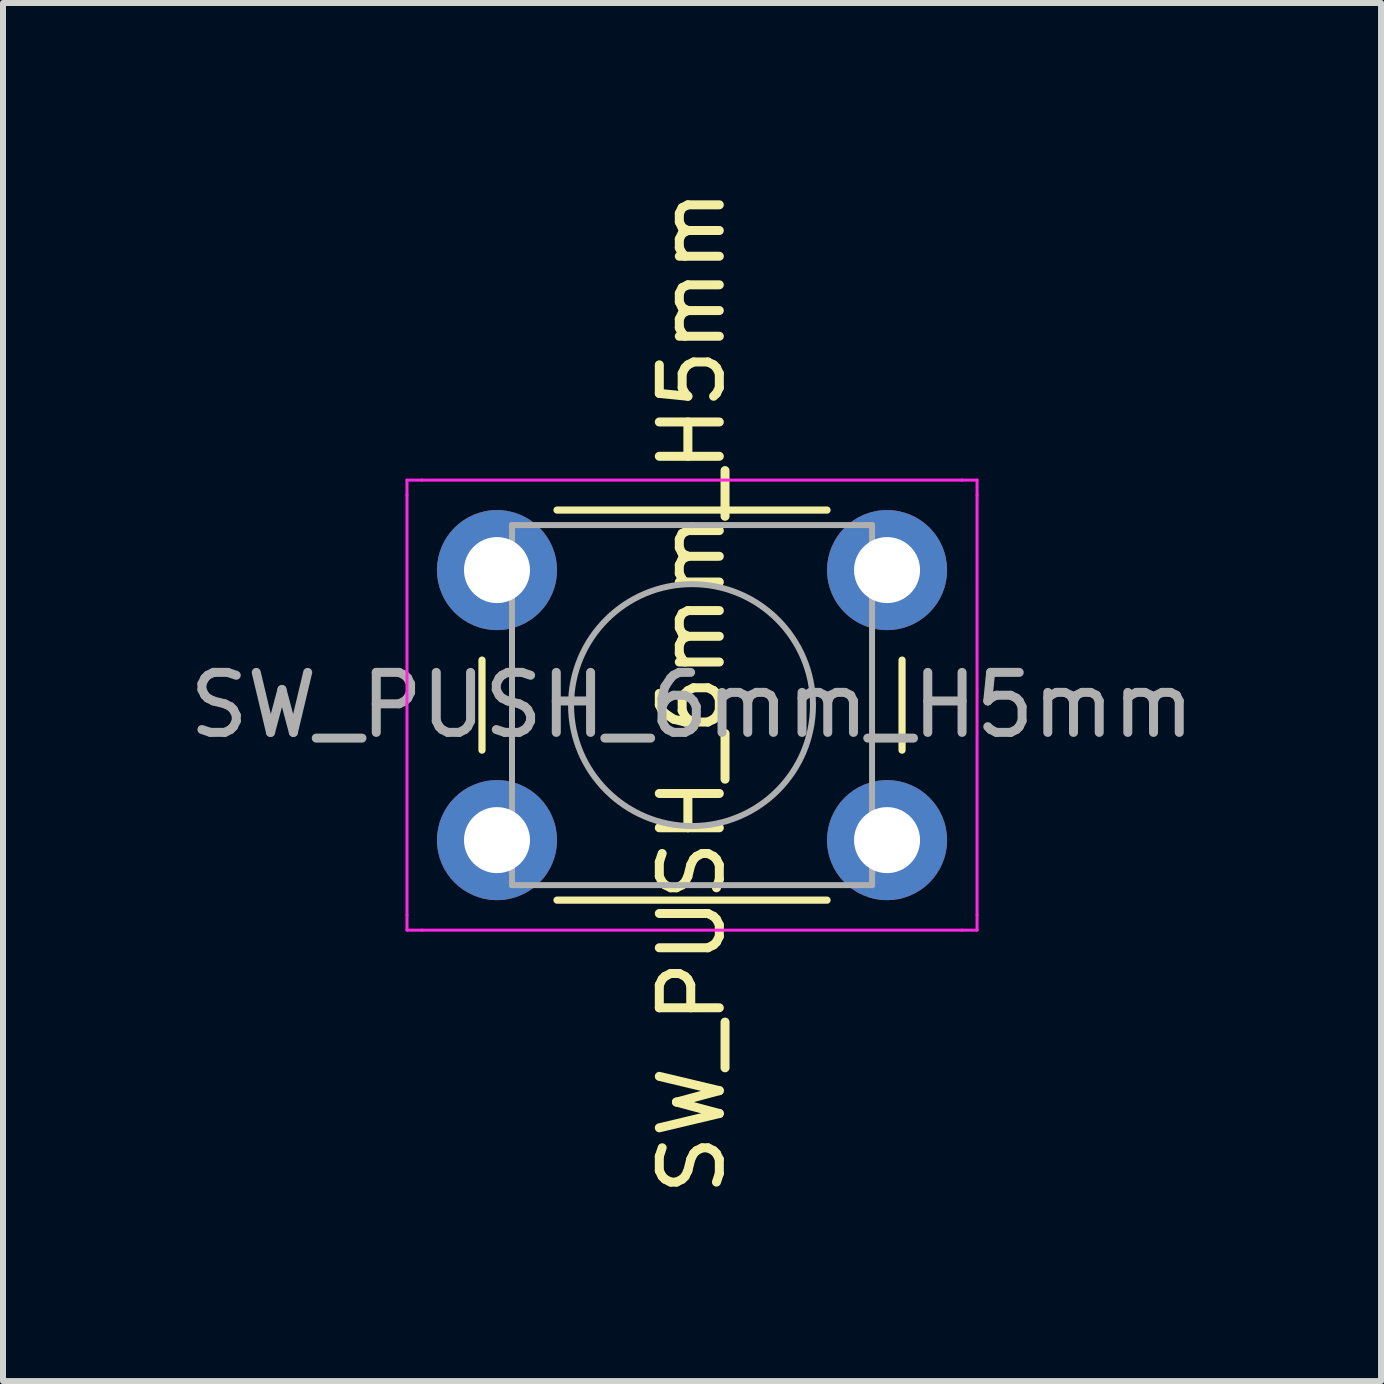
<source format=kicad_pcb>
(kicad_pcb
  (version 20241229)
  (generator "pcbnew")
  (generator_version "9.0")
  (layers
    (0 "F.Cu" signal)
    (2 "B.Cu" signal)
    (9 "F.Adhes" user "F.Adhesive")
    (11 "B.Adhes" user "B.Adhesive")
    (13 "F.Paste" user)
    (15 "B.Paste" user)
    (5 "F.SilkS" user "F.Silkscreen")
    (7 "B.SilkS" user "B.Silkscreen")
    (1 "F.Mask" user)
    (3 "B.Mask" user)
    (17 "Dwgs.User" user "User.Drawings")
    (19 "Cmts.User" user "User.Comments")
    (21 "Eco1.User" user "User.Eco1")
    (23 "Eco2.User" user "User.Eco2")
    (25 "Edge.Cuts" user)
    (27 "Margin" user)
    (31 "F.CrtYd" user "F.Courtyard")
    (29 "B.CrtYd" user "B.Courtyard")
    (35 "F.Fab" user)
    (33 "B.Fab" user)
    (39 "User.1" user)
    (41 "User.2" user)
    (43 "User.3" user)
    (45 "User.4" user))
  (footprint "SW_PUSH_6mm_H5mm"
    (layer "F.Cu")
    (at 5.232 6.45)
    (property "Reference" "SW_PUSH_6mm_H5mm" (at 3.25 2.032 90) (layer "F.SilkS") (effects (font (size 1 1) (thickness 0.15))))
    (attr through_hole)
    (fp_line (start -0.25 1.5) (end -0.25 3) (stroke (width 0.12) (type solid)) (layer "F.SilkS"))
    (fp_line (start 1 5.5) (end 5.5 5.5) (stroke (width 0.12) (type solid)) (layer "F.SilkS"))
    (fp_line (start 5.5 -1) (end 1 -1) (stroke (width 0.12) (type solid)) (layer "F.SilkS"))
    (fp_line (start 6.75 3) (end 6.75 1.5) (stroke (width 0.12) (type solid)) (layer "F.SilkS"))
    (fp_line (start -1.5 -1.5) (end -1.25 -1.5) (stroke (width 0.05) (type solid)) (layer "F.CrtYd"))
    (fp_line (start -1.5 -1.25) (end -1.5 -1.5) (stroke (width 0.05) (type solid)) (layer "F.CrtYd"))
    (fp_line (start -1.5 5.75) (end -1.5 -1.25) (stroke (width 0.05) (type solid)) (layer "F.CrtYd"))
    (fp_line (start -1.5 5.75) (end -1.5 6) (stroke (width 0.05) (type solid)) (layer "F.CrtYd"))
    (fp_line (start -1.5 6) (end -1.25 6) (stroke (width 0.05) (type solid)) (layer "F.CrtYd"))
    (fp_line (start -1.25 -1.5) (end 7.75 -1.5) (stroke (width 0.05) (type solid)) (layer "F.CrtYd"))
    (fp_line (start 7.75 -1.5) (end 8 -1.5) (stroke (width 0.05) (type solid)) (layer "F.CrtYd"))
    (fp_line (start 7.75 6) (end -1.25 6) (stroke (width 0.05) (type solid)) (layer "F.CrtYd"))
    (fp_line (start 7.75 6) (end 8 6) (stroke (width 0.05) (type solid)) (layer "F.CrtYd"))
    (fp_line (start 8 -1.5) (end 8 -1.25) (stroke (width 0.05) (type solid)) (layer "F.CrtYd"))
    (fp_line (start 8 -1.25) (end 8 5.75) (stroke (width 0.05) (type solid)) (layer "F.CrtYd"))
    (fp_line (start 8 6) (end 8 5.75) (stroke (width 0.05) (type solid)) (layer "F.CrtYd"))
    (fp_line (start 0.25 -0.75) (end 3.25 -0.75) (stroke (width 0.1) (type solid)) (layer "F.Fab"))
    (fp_line (start 0.25 5.25) (end 0.25 -0.75) (stroke (width 0.1) (type solid)) (layer "F.Fab"))
    (fp_line (start 3.25 -0.75) (end 6.25 -0.75) (stroke (width 0.1) (type solid)) (layer "F.Fab"))
    (fp_line (start 6.25 -0.75) (end 6.25 5.25) (stroke (width 0.1) (type solid)) (layer "F.Fab"))
    (fp_line (start 6.25 5.25) (end 0.25 5.25) (stroke (width 0.1) (type solid)) (layer "F.Fab"))
    (fp_circle (center 3.25 2.25) (end 1.25 2.5) (stroke (width 0.1) (type solid)) (fill no) (layer "F.Fab"))
    (fp_text user "${REFERENCE}" (at 3.25 2.25 0) (layer "F.Fab") (effects (font (size 1 1) (thickness 0.15))))
    (pad "1" thru_hole circle (at 0 0 90) (size 2 2) (drill 1.1) (layers "*.Cu" "*.Mask"))
    (pad "1" thru_hole circle (at 6.5 0 90) (size 2 2) (drill 1.1) (layers "*.Cu" "*.Mask"))
    (pad "2" thru_hole circle (at 0 4.5 90) (size 2 2) (drill 1.1) (layers "*.Cu" "*.Mask"))
    (pad "2" thru_hole circle (at 6.5 4.5 90) (size 2 2) (drill 1.1) (layers "*.Cu" "*.Mask")))
  (gr_rect
    (start -3 -3)
    (end 19.964 19.964)
    (stroke (width 0.1) (type default))
    (fill no)
    (layer "Edge.Cuts")))
</source>
